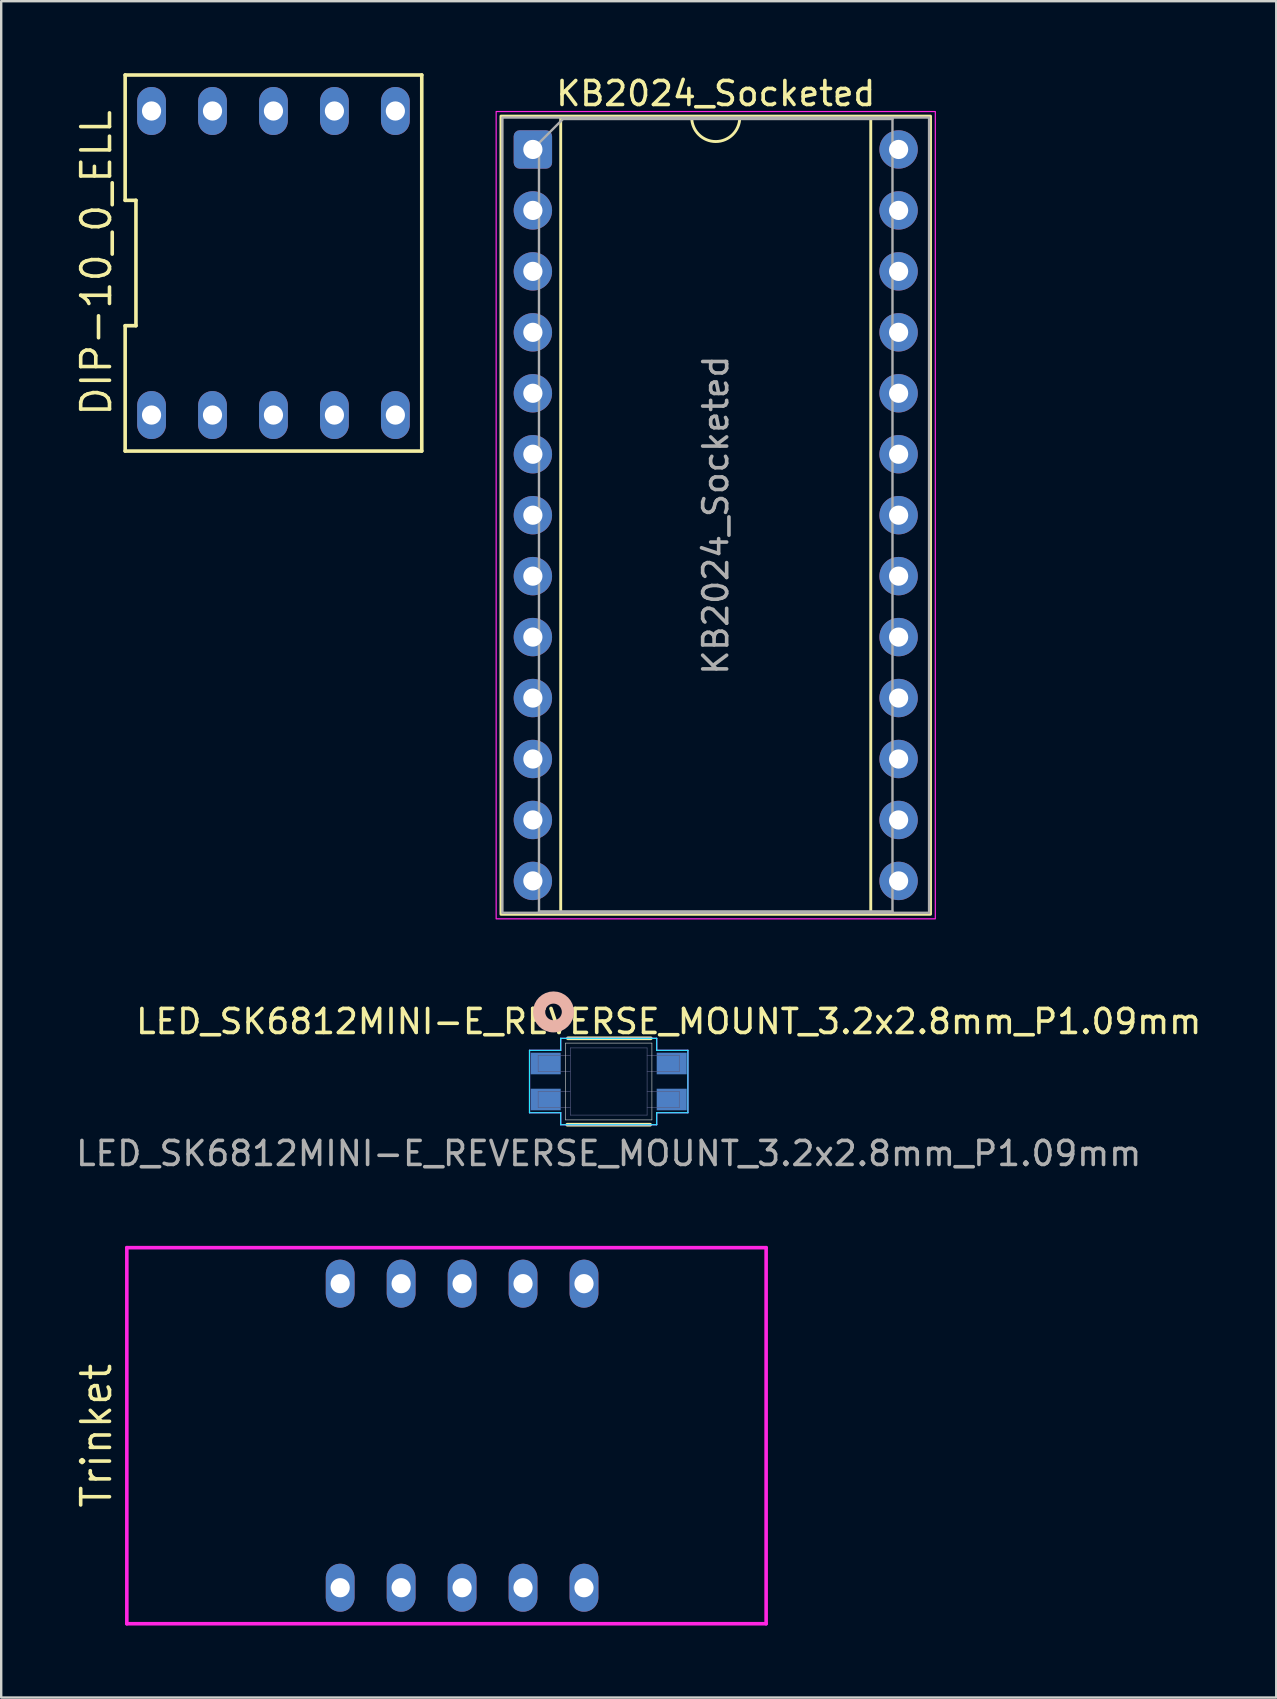
<source format=kicad_pcb>
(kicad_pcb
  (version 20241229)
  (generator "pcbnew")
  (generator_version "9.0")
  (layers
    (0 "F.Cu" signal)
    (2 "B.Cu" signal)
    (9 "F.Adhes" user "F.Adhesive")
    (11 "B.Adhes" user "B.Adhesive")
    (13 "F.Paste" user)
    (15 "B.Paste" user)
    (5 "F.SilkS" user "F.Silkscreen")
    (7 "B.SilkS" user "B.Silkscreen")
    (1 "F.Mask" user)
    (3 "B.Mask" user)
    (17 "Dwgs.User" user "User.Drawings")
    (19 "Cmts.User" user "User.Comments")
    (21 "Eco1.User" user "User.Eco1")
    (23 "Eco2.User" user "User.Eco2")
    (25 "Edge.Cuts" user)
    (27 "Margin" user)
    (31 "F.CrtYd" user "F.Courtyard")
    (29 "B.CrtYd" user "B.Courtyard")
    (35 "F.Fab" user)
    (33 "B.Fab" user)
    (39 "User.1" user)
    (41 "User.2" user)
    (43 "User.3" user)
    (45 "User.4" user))
  (footprint "DIP-10_0_ELL"
    (layer "F.Cu")
    (at 8.345 7.91)
    (property "Reference" "DIP-10_0_ELL" (at -7.38 0 90) (layer "F.SilkS") (effects (font (size 1.2 1.2) (thickness 0.15))))
    (attr through_hole)
    (fp_line (start -6.18 -2.612) (end -5.73 -2.612) (stroke (width 0.15) (type solid)) (layer "F.SilkS"))
    (fp_line (start -6.18 2.612) (end -6.18 7.835) (stroke (width 0.15) (type solid)) (layer "F.SilkS"))
    (fp_line (start -6.18 7.835) (end 6.18 7.835) (stroke (width 0.15) (type solid)) (layer "F.SilkS"))
    (fp_line (start -6.18 -7.835) (end -6.18 -2.612) (stroke (width 0.15) (type solid)) (layer "F.SilkS"))
    (fp_line (start -5.73 -2.612) (end -5.73 2.612) (stroke (width 0.15) (type solid)) (layer "F.SilkS"))
    (fp_line (start -5.73 2.612) (end -6.18 2.612) (stroke (width 0.15) (type solid)) (layer "F.SilkS"))
    (fp_line (start 6.18 7.835) (end 6.18 -7.835) (stroke (width 0.15) (type solid)) (layer "F.SilkS"))
    (fp_line (start 6.18 -7.835) (end -6.18 -7.835) (stroke (width 0.15) (type solid)) (layer "F.SilkS"))
    (pad "1" thru_hole oval (at -5.08 6.335) (size 1.2 2) (drill 0.8) (layers "*.Cu" "*.Mask"))
    (pad "2" thru_hole oval (at -2.54 6.335) (size 1.2 2) (drill 0.8) (layers "*.Cu" "*.Mask"))
    (pad "3" thru_hole oval (at 0 6.335) (size 1.2 2) (drill 0.8) (layers "*.Cu" "*.Mask"))
    (pad "4" thru_hole oval (at 2.54 6.335) (size 1.2 2) (drill 0.8) (layers "*.Cu" "*.Mask"))
    (pad "5" thru_hole oval (at 5.08 6.335) (size 1.2 2) (drill 0.8) (layers "*.Cu" "*.Mask"))
    (pad "6" thru_hole oval (at 5.08 -6.335) (size 1.2 2) (drill 0.8) (layers "*.Cu" "*.Mask"))
    (pad "7" thru_hole oval (at 2.54 -6.335) (size 1.2 2) (drill 0.8) (layers "*.Cu" "*.Mask"))
    (pad "8" thru_hole oval (at 0 -6.335) (size 1.2 2) (drill 0.8) (layers "*.Cu" "*.Mask"))
    (pad "9" thru_hole oval (at -2.54 -6.335) (size 1.2 2) (drill 0.8) (layers "*.Cu" "*.Mask"))
    (pad "10" thru_hole oval (at -5.08 -6.335) (size 1.2 2) (drill 0.8) (layers "*.Cu" "*.Mask")))
  (footprint "KB2024_Socketed"
    (layer "F.Cu")
    (at 19.155 3.178)
    (property "Reference" "KB2024_Socketed" (at 7.62 -2.33 0) (layer "F.SilkS") (effects (font (size 1 1) (thickness 0.15))))
    (attr through_hole)
    (fp_line (start 1.16 -1.33) (end 1.16 31.81) (stroke (width 0.12) (type solid)) (layer "F.SilkS"))
    (fp_line (start 1.16 31.81) (end 14.08 31.81) (stroke (width 0.12) (type solid)) (layer "F.SilkS"))
    (fp_line (start 6.62 -1.33) (end 1.16 -1.33) (stroke (width 0.12) (type solid)) (layer "F.SilkS"))
    (fp_line (start 14.08 -1.33) (end 8.62 -1.33) (stroke (width 0.12) (type solid)) (layer "F.SilkS"))
    (fp_line (start 14.08 31.81) (end 14.08 -1.33) (stroke (width 0.12) (type solid)) (layer "F.SilkS"))
    (fp_rect (start -1.33 -1.39) (end 16.57 31.87) (stroke (width 0.12) (type solid)) (fill no) (layer "F.SilkS"))
    (fp_arc (start 8.62 -1.33) (mid 7.62 -0.33) (end 6.62 -1.33) (stroke (width 0.12) (type solid)) (layer "F.SilkS"))
    (fp_rect (start -1.53 -1.58) (end 16.77 32.06) (stroke (width 0.05) (type solid)) (fill no) (layer "F.CrtYd"))
    (fp_line (start 0.255 -0.27) (end 1.255 -1.27) (stroke (width 0.1) (type solid)) (layer "F.Fab"))
    (fp_line (start 0.255 31.75) (end 0.255 -0.27) (stroke (width 0.1) (type solid)) (layer "F.Fab"))
    (fp_line (start 1.255 -1.27) (end 14.985 -1.27) (stroke (width 0.1) (type solid)) (layer "F.Fab"))
    (fp_line (start 14.985 -1.27) (end 14.985 31.75) (stroke (width 0.1) (type solid)) (layer "F.Fab"))
    (fp_line (start 14.985 31.75) (end 0.255 31.75) (stroke (width 0.1) (type solid)) (layer "F.Fab"))
    (fp_rect (start -1.27 -1.33) (end 16.51 31.81) (stroke (width 0.1) (type solid)) (fill no) (layer "F.Fab"))
    (fp_text user "${REFERENCE}" (at 7.62 15.24 90) (layer "F.Fab") (effects (font (size 1 1) (thickness 0.15))))
    (pad "1" thru_hole roundrect (at 0 0) (size 1.6 1.6) (drill 0.8) (layers "*.Cu" "*.Mask") (roundrect_rratio 0.156))
    (pad "2" thru_hole circle (at 0 2.54) (size 1.6 1.6) (drill 0.8) (layers "*.Cu" "*.Mask"))
    (pad "3" thru_hole circle (at 0 5.08) (size 1.6 1.6) (drill 0.8) (layers "*.Cu" "*.Mask"))
    (pad "4" thru_hole circle (at 0 7.62) (size 1.6 1.6) (drill 0.8) (layers "*.Cu" "*.Mask"))
    (pad "5" thru_hole circle (at 0 10.16) (size 1.6 1.6) (drill 0.8) (layers "*.Cu" "*.Mask"))
    (pad "6" thru_hole circle (at 0 12.7) (size 1.6 1.6) (drill 0.8) (layers "*.Cu" "*.Mask"))
    (pad "7" thru_hole circle (at 0 15.24) (size 1.6 1.6) (drill 0.8) (layers "*.Cu" "*.Mask"))
    (pad "8" thru_hole circle (at 0 17.78) (size 1.6 1.6) (drill 0.8) (layers "*.Cu" "*.Mask"))
    (pad "9" thru_hole circle (at 0 20.32) (size 1.6 1.6) (drill 0.8) (layers "*.Cu" "*.Mask"))
    (pad "10" thru_hole circle (at 0 22.86) (size 1.6 1.6) (drill 0.8) (layers "*.Cu" "*.Mask"))
    (pad "11" thru_hole circle (at 0 25.4) (size 1.6 1.6) (drill 0.8) (layers "*.Cu" "*.Mask"))
    (pad "12" thru_hole circle (at 0 27.94) (size 1.6 1.6) (drill 0.8) (layers "*.Cu" "*.Mask"))
    (pad "13" thru_hole circle (at 0 30.48) (size 1.6 1.6) (drill 0.8) (layers "*.Cu" "*.Mask"))
    (pad "14" thru_hole circle (at 15.24 30.48) (size 1.6 1.6) (drill 0.8) (layers "*.Cu" "*.Mask"))
    (pad "15" thru_hole circle (at 15.24 27.94) (size 1.6 1.6) (drill 0.8) (layers "*.Cu" "*.Mask"))
    (pad "16" thru_hole circle (at 15.24 25.4) (size 1.6 1.6) (drill 0.8) (layers "*.Cu" "*.Mask"))
    (pad "17" thru_hole circle (at 15.24 22.86) (size 1.6 1.6) (drill 0.8) (layers "*.Cu" "*.Mask"))
    (pad "18" thru_hole circle (at 15.24 20.32) (size 1.6 1.6) (drill 0.8) (layers "*.Cu" "*.Mask"))
    (pad "19" thru_hole circle (at 15.24 17.78) (size 1.6 1.6) (drill 0.8) (layers "*.Cu" "*.Mask"))
    (pad "20" thru_hole circle (at 15.24 15.24) (size 1.6 1.6) (drill 0.8) (layers "*.Cu" "*.Mask"))
    (pad "21" thru_hole circle (at 15.24 12.7) (size 1.6 1.6) (drill 0.8) (layers "*.Cu" "*.Mask"))
    (pad "22" thru_hole circle (at 15.24 10.16) (size 1.6 1.6) (drill 0.8) (layers "*.Cu" "*.Mask"))
    (pad "23" thru_hole circle (at 15.24 7.62) (size 1.6 1.6) (drill 0.8) (layers "*.Cu" "*.Mask"))
    (pad "24" thru_hole circle (at 15.24 5.08) (size 1.6 1.6) (drill 0.8) (layers "*.Cu" "*.Mask"))
    (pad "25" thru_hole circle (at 15.24 2.54) (size 1.6 1.6) (drill 0.8) (layers "*.Cu" "*.Mask"))
    (pad "26" thru_hole circle (at 15.24 0) (size 1.6 1.6) (drill 0.8) (layers "*.Cu" "*.Mask")))
  (footprint "Trinket"
    (layer "F.Cu")
    (at 16.205 56.776)
    (property "Reference" "Trinket" (at -15.24 0 270) (layer "F.SilkS") (effects (font (size 1.2 1.2) (thickness 0.15))))
    (attr through_hole)
    (fp_line (start -13.97 -7.835) (end -13.97 7.835) (stroke (width 0.15) (type solid)) (layer "F.CrtYd"))
    (fp_line (start -13.97 7.835) (end 12.67 7.835) (stroke (width 0.15) (type solid)) (layer "F.CrtYd"))
    (fp_line (start 12.67 -7.835) (end -13.97 -7.835) (stroke (width 0.15) (type solid)) (layer "F.CrtYd"))
    (fp_line (start 12.67 7.835) (end 12.67 -7.835) (stroke (width 0.15) (type solid)) (layer "F.CrtYd"))
    (pad "1" thru_hole oval (at -5.08 6.335) (size 1.2 2) (drill 0.8) (layers "*.Cu" "*.Mask"))
    (pad "2" thru_hole oval (at -2.54 6.335) (size 1.2 2) (drill 0.8) (layers "*.Cu" "*.Mask"))
    (pad "3" thru_hole oval (at 0 6.335) (size 1.2 2) (drill 0.8) (layers "*.Cu" "*.Mask"))
    (pad "4" thru_hole oval (at 2.54 6.335) (size 1.2 2) (drill 0.8) (layers "*.Cu" "*.Mask"))
    (pad "5" thru_hole oval (at 5.08 6.335) (size 1.2 2) (drill 0.8) (layers "*.Cu" "*.Mask"))
    (pad "6" thru_hole oval (at 5.08 -6.335) (size 1.2 2) (drill 0.8) (layers "*.Cu" "*.Mask"))
    (pad "7" thru_hole oval (at 2.54 -6.335) (size 1.2 2) (drill 0.8) (layers "*.Cu" "*.Mask"))
    (pad "8" thru_hole oval (at 0 -6.335) (size 1.2 2) (drill 0.8) (layers "*.Cu" "*.Mask"))
    (pad "9" thru_hole oval (at -2.54 -6.335) (size 1.2 2) (drill 0.8) (layers "*.Cu" "*.Mask"))
    (pad "10" thru_hole oval (at -5.08 -6.335) (size 1.2 2) (drill 0.8) (layers "*.Cu" "*.Mask")))
  (footprint "LED_SK6812MINI-E_REVERSE_MOUNT_3.2x2.8mm_P1.09mm"
    (layer "F.Cu")
    (at 22.315 42.017)
    (property "Reference" "LED_SK6812MINI-E_REVERSE_MOUNT_3.2x2.8mm_P1.09mm" (at 2.5 -2.5 0) (unlocked yes) (layer "F.SilkS") (effects (font (size 1 1) (thickness 0.15))))
    (attr smd)
    (fp_line (start -1.7 -1.8) (end 1.754 -1.8) (stroke (width 0.152) (type solid)) (layer "F.SilkS"))
    (fp_line (start 1.727 1.8) (end -1.727 1.8) (stroke (width 0.152) (type solid)) (layer "F.SilkS"))
    (fp_circle (center -2.3 -2.9) (end -2.3 -2.3) (stroke (width 0.508) (type solid)) (fill no) (layer "B.SilkS"))
    (fp_line (start -1.8 -1.6) (end -1.8 1.6) (stroke (width 0.025) (type solid)) (layer "Edge.Cuts"))
    (fp_line (start -1.8 -1.6) (end 1.8 -1.6) (stroke (width 0.025) (type solid)) (layer "Edge.Cuts"))
    (fp_line (start -1.8 1.6) (end 1.8 1.6) (stroke (width 0.025) (type solid)) (layer "Edge.Cuts"))
    (fp_line (start 1.8 1.6) (end 1.8 -1.6) (stroke (width 0.025) (type solid)) (layer "Edge.Cuts"))
    (fp_line (start -3.3 -1.3) (end -3.3 1.3) (stroke (width 0.05) (type solid)) (layer "B.CrtYd"))
    (fp_line (start -3.3 1.3) (end -2 1.3) (stroke (width 0.05) (type solid)) (layer "B.CrtYd"))
    (fp_line (start -2 -1.8) (end -2 -1.3) (stroke (width 0.05) (type solid)) (layer "B.CrtYd"))
    (fp_line (start -2 -1.3) (end -3.3 -1.3) (stroke (width 0.05) (type solid)) (layer "B.CrtYd"))
    (fp_line (start -2 1.3) (end -2 1.8) (stroke (width 0.05) (type solid)) (layer "B.CrtYd"))
    (fp_line (start -2 1.8) (end 2 1.8) (stroke (width 0.05) (type solid)) (layer "B.CrtYd"))
    (fp_line (start 2 -1.8) (end -2 -1.8) (stroke (width 0.05) (type solid)) (layer "B.CrtYd"))
    (fp_line (start 2 -1.3) (end 2 -1.8) (stroke (width 0.05) (type solid)) (layer "B.CrtYd"))
    (fp_line (start 2 1.3) (end 3.3 1.3) (stroke (width 0.05) (type solid)) (layer "B.CrtYd"))
    (fp_line (start 2 1.8) (end 2 1.3) (stroke (width 0.05) (type solid)) (layer "B.CrtYd"))
    (fp_line (start 3.3 -1.3) (end 2 -1.3) (stroke (width 0.05) (type solid)) (layer "B.CrtYd"))
    (fp_line (start 3.3 1.3) (end 3.3 -1.3) (stroke (width 0.05) (type solid)) (layer "B.CrtYd"))
    (fp_line (start -3.3 -1.3) (end -3.3 1.3) (stroke (width 0.05) (type solid)) (layer "F.CrtYd"))
    (fp_line (start -3.3 1.3) (end -2 1.3) (stroke (width 0.05) (type solid)) (layer "F.CrtYd"))
    (fp_line (start -2 -1.8) (end -2 -1.3) (stroke (width 0.05) (type solid)) (layer "F.CrtYd"))
    (fp_line (start -2 -1.3) (end -3.3 -1.3) (stroke (width 0.05) (type solid)) (layer "F.CrtYd"))
    (fp_line (start -2 1.3) (end -2 1.8) (stroke (width 0.05) (type solid)) (layer "F.CrtYd"))
    (fp_line (start -2 1.8) (end 2 1.8) (stroke (width 0.05) (type solid)) (layer "F.CrtYd"))
    (fp_line (start 2 -1.8) (end -2 -1.8) (stroke (width 0.05) (type solid)) (layer "F.CrtYd"))
    (fp_line (start 2 -1.3) (end 2 -1.8) (stroke (width 0.05) (type solid)) (layer "F.CrtYd"))
    (fp_line (start 2 1.3) (end 3.3 1.3) (stroke (width 0.05) (type solid)) (layer "F.CrtYd"))
    (fp_line (start 2 1.8) (end 2 1.3) (stroke (width 0.05) (type solid)) (layer "F.CrtYd"))
    (fp_line (start 3.3 -1.3) (end 2 -1.3) (stroke (width 0.05) (type solid)) (layer "F.CrtYd"))
    (fp_line (start 3.3 1.3) (end 3.3 -1.3) (stroke (width 0.05) (type solid)) (layer "F.CrtYd"))
    (fp_line (start -2.94 -1.09) (end -2.94 -0.41) (stroke (width 0.025) (type solid)) (layer "B.Fab"))
    (fp_line (start -2.94 -0.41) (end -1.6 -0.41) (stroke (width 0.025) (type solid)) (layer "B.Fab"))
    (fp_line (start -2.94 0.41) (end -2.94 1.09) (stroke (width 0.025) (type solid)) (layer "B.Fab"))
    (fp_line (start -2.94 1.09) (end -1.6 1.09) (stroke (width 0.025) (type solid)) (layer "B.Fab"))
    (fp_line (start -1.6 -1.4) (end -1.6 1.4) (stroke (width 0.025) (type solid)) (layer "B.Fab"))
    (fp_line (start -1.6 -1.09) (end -2.94 -1.09) (stroke (width 0.025) (type solid)) (layer "B.Fab"))
    (fp_line (start -1.6 0.41) (end -2.94 0.41) (stroke (width 0.025) (type solid)) (layer "B.Fab"))
    (fp_line (start -1.6 1.4) (end 1.6 1.4) (stroke (width 0.025) (type solid)) (layer "B.Fab"))
    (fp_line (start 1.6 -1.4) (end -1.6 -1.4) (stroke (width 0.025) (type solid)) (layer "B.Fab"))
    (fp_line (start 1.6 -0.41) (end 2.94 -0.41) (stroke (width 0.025) (type solid)) (layer "B.Fab"))
    (fp_line (start 1.6 1.09) (end 2.94 1.09) (stroke (width 0.025) (type solid)) (layer "B.Fab"))
    (fp_line (start 1.6 1.4) (end 1.6 -1.4) (stroke (width 0.025) (type solid)) (layer "B.Fab"))
    (fp_line (start 2.94 -1.09) (end 1.6 -1.09) (stroke (width 0.025) (type solid)) (layer "B.Fab"))
    (fp_line (start 2.94 -0.41) (end 2.94 -1.09) (stroke (width 0.025) (type solid)) (layer "B.Fab"))
    (fp_line (start 2.94 0.41) (end 1.6 0.41) (stroke (width 0.025) (type solid)) (layer "B.Fab"))
    (fp_line (start 2.94 1.09) (end 2.94 0.41) (stroke (width 0.025) (type solid)) (layer "B.Fab"))
    (fp_text user "${REFERENCE}" (at 0 3 0) (unlocked yes) (layer "F.Fab") (effects (font (size 1 1) (thickness 0.15))))
    (pad "1" smd rect (at -2.625 -0.75) (size 1.25 0.9) (layers "B.Cu" "B.Mask" "B.Paste"))
    (pad "2" smd rect (at -2.625 0.75) (size 1.25 0.9) (layers "B.Cu" "B.Mask" "B.Paste"))
    (pad "3" smd rect (at 2.625 0.75) (size 1.25 0.9) (layers "B.Cu" "B.Mask" "B.Paste"))
    (pad "4" smd rect (at 2.625 -0.75) (size 1.25 0.9) (layers "B.Cu" "B.Mask" "B.Paste"))
    (zone (net_name "") (layers "F.Cu" "B.Cu") (hatch edge 0.5) (connect_pads) (min_thickness 0.25) (filled_areas_thickness no) (keepout (tracks not_allowed) (vias not_allowed) (pads not_allowed) (copperpour allowed) (footprints allowed)) (placement (enabled no)) (fill) (polygon (pts (xy 20.415 40.317) (xy 20.415 43.717) (xy 24.215 43.717) (xy 24.215 40.317)))))
  (gr_rect
    (start -3 -3)
    (end 50.131 67.686)
    (stroke (width 0.1) (type default))
    (fill no)
    (layer "Edge.Cuts")))
</source>
